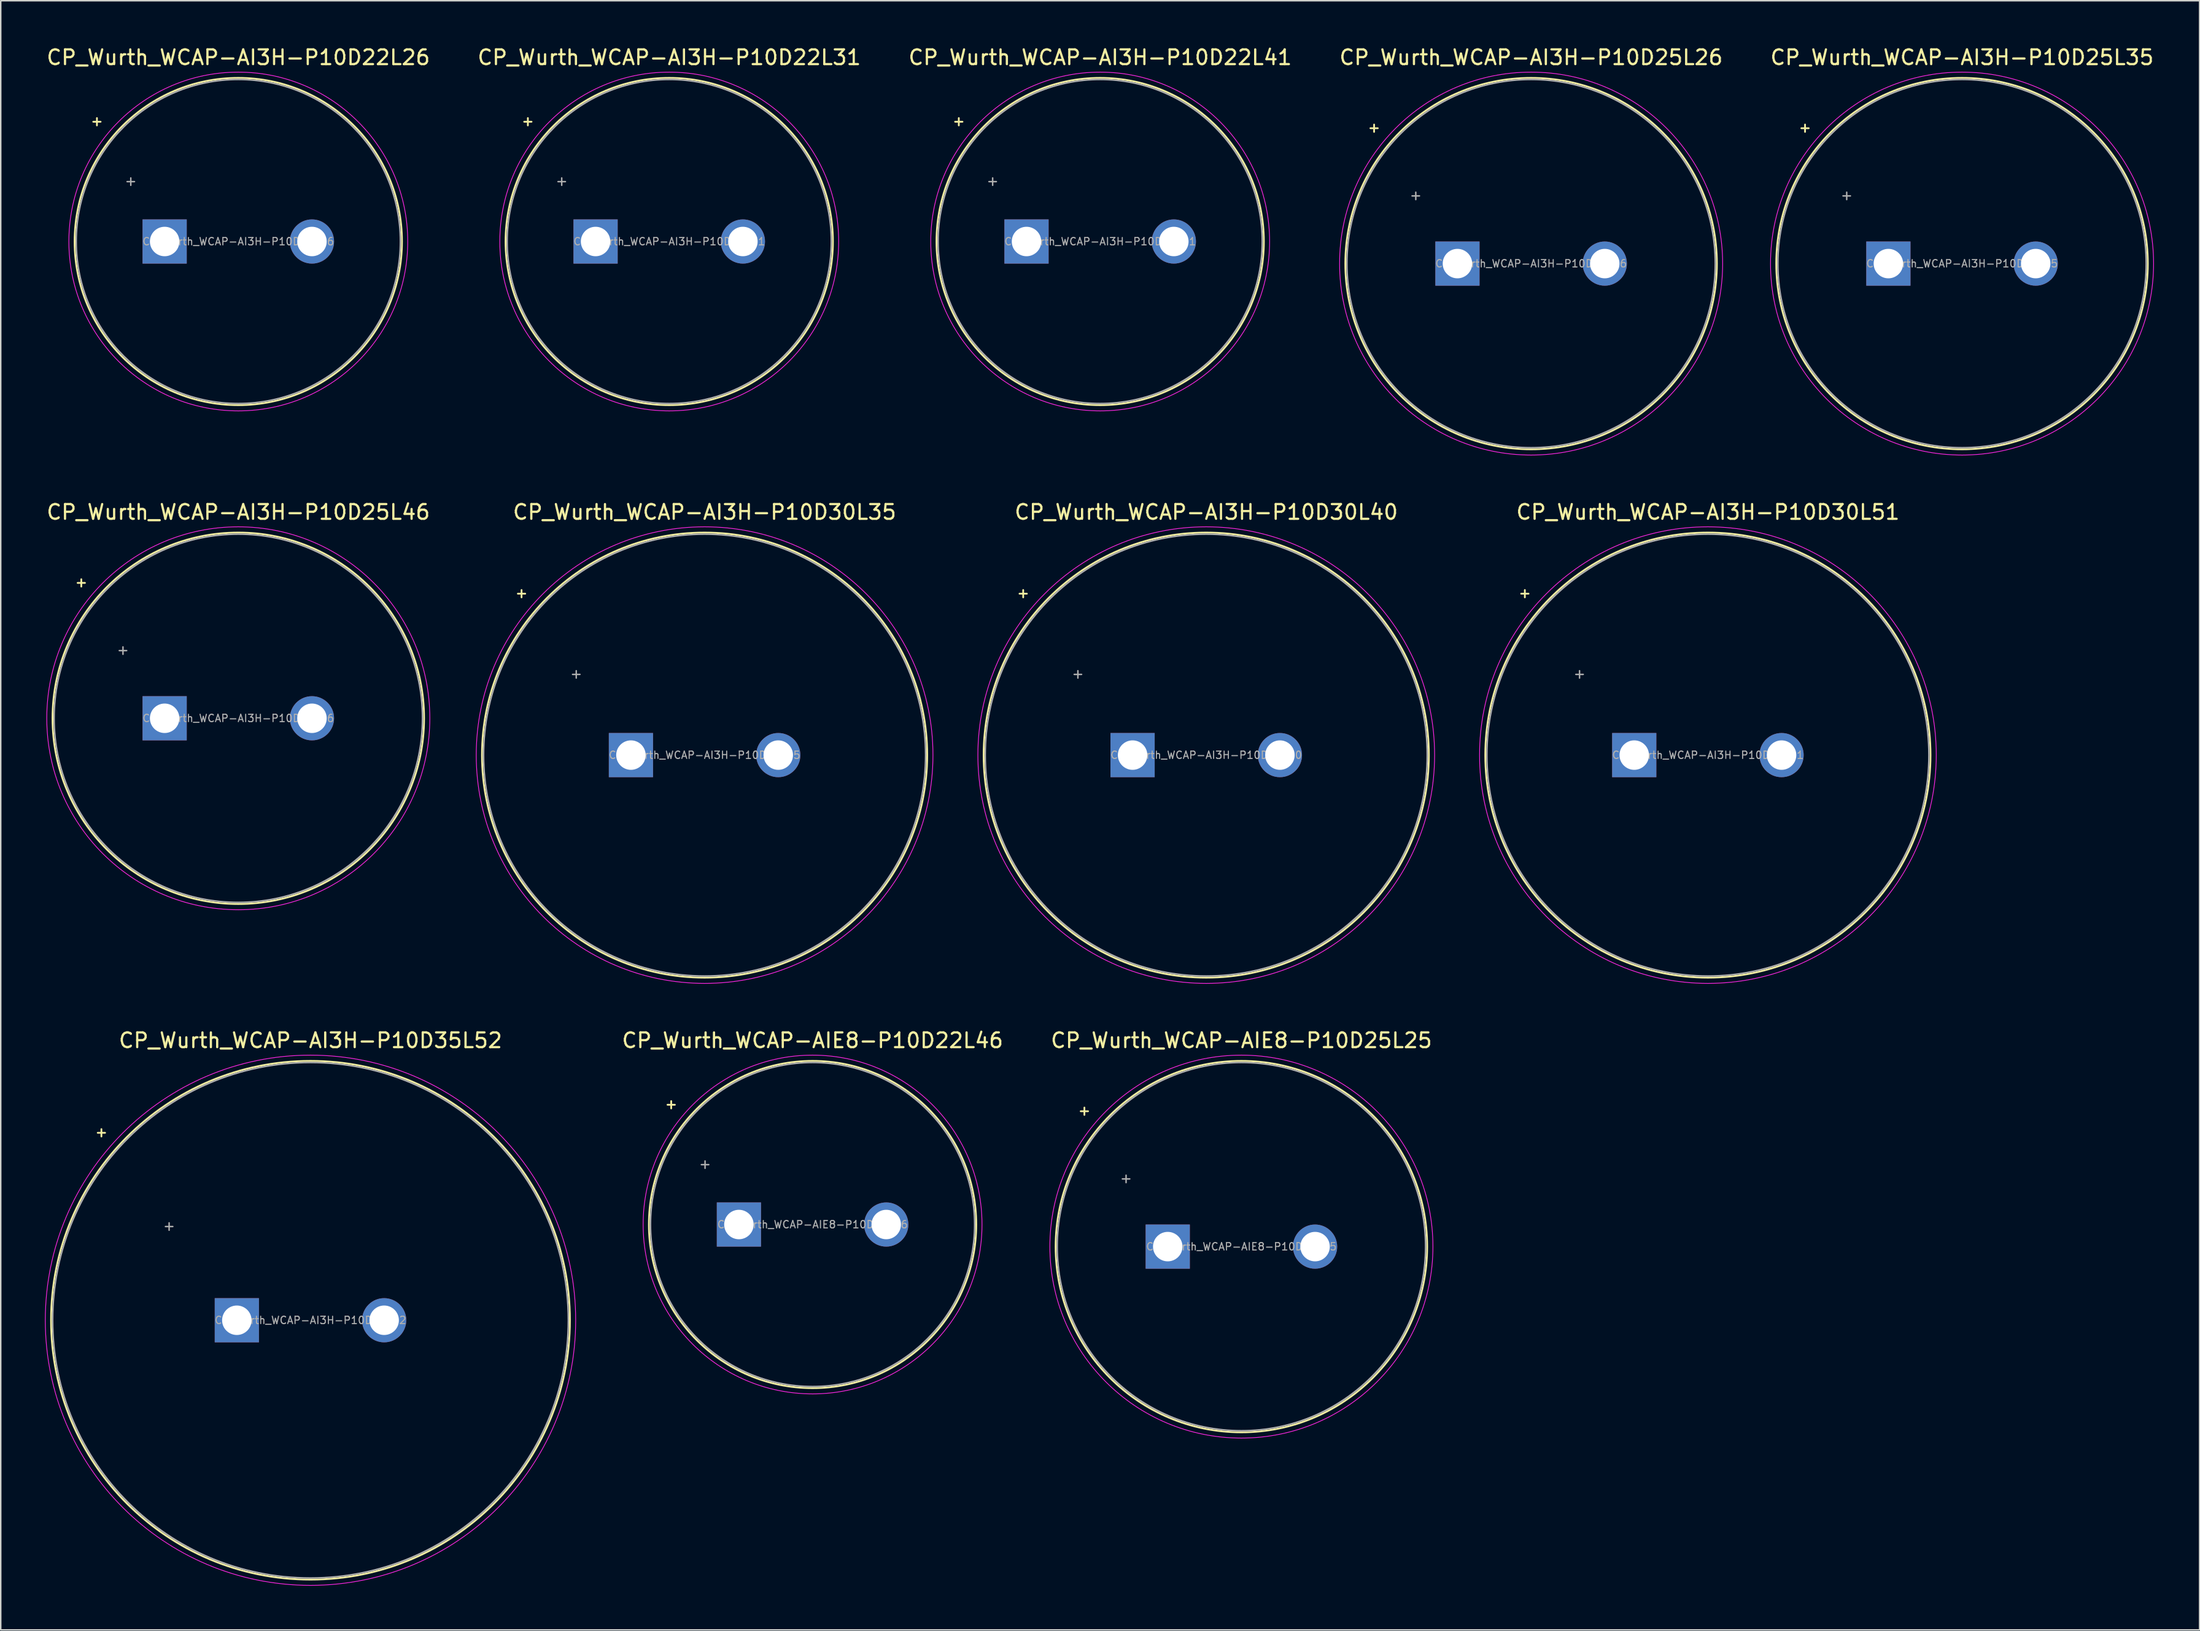
<source format=kicad_pcb>
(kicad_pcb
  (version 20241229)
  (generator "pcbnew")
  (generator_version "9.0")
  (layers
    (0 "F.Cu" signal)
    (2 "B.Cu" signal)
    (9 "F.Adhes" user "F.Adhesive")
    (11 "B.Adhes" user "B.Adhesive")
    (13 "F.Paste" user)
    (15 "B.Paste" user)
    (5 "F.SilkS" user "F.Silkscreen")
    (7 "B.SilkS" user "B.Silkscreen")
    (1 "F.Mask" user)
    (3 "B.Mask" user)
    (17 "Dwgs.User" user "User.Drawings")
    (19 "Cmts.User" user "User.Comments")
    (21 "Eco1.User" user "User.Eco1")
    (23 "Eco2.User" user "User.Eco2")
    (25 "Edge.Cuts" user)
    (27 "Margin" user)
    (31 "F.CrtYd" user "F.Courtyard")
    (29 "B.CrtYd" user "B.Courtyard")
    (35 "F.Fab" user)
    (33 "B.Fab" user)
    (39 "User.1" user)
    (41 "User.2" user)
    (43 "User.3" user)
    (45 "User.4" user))
  (footprint "CP_Wurth_WCAP-AI3H-P10D25L26"
    (layer "F.Cu")
    (at 95.875 14.848)
    (property "Reference" "CP_Wurth_WCAP-AI3H-P10D25L26" (at 5 -14 0) (unlocked yes) (layer "F.SilkS") (effects (font (size 1 1) (thickness 0.15))))
    (attr through_hole)
    (fp_line (start -5.907 -9.192) (end -5.407 -9.192) (stroke (width 0.12) (type solid)) (layer "F.SilkS"))
    (fp_line (start -5.657 -8.942) (end -5.657 -9.442) (stroke (width 0.12) (type solid)) (layer "F.SilkS"))
    (fp_circle (center 5 0) (end 17.61 0) (stroke (width 0.12) (type solid)) (fill no) (layer "F.SilkS"))
    (fp_circle (center 5 0) (end 18 0) (stroke (width 0.05) (type solid)) (fill no) (layer "F.CrtYd"))
    (fp_line (start -3.078 -4.596) (end -2.578 -4.596) (stroke (width 0.1) (type default)) (layer "F.Fab"))
    (fp_line (start -2.828 -4.346) (end -2.828 -4.846) (stroke (width 0.1) (type default)) (layer "F.Fab"))
    (fp_circle (center 5 0) (end 17.5 0) (stroke (width 0.1) (type solid)) (fill no) (layer "F.Fab"))
    (fp_text user "${REFERENCE}" (at 5 0 0) (unlocked yes) (layer "F.Fab") (effects (font (size 0.5 0.5) (thickness 0.075))))
    (pad "1" thru_hole rect (at 0 0) (size 3 3) (drill 2) (layers "*.Cu" "*.Mask"))
    (pad "2" thru_hole circle (at 10 0) (size 3 3) (drill 2) (layers "*.Cu" "*.Mask")))
  (footprint "CP_Wurth_WCAP-AI3H-P10D25L35"
    (layer "F.Cu")
    (at 125.125 14.848)
    (property "Reference" "CP_Wurth_WCAP-AI3H-P10D25L35" (at 5 -14 0) (unlocked yes) (layer "F.SilkS") (effects (font (size 1 1) (thickness 0.15))))
    (attr through_hole)
    (fp_line (start -5.907 -9.192) (end -5.407 -9.192) (stroke (width 0.12) (type solid)) (layer "F.SilkS"))
    (fp_line (start -5.657 -8.942) (end -5.657 -9.442) (stroke (width 0.12) (type solid)) (layer "F.SilkS"))
    (fp_circle (center 5 0) (end 17.61 0) (stroke (width 0.12) (type solid)) (fill no) (layer "F.SilkS"))
    (fp_circle (center 5 0) (end 18 0) (stroke (width 0.05) (type solid)) (fill no) (layer "F.CrtYd"))
    (fp_line (start -3.078 -4.596) (end -2.578 -4.596) (stroke (width 0.1) (type default)) (layer "F.Fab"))
    (fp_line (start -2.828 -4.346) (end -2.828 -4.846) (stroke (width 0.1) (type default)) (layer "F.Fab"))
    (fp_circle (center 5 0) (end 17.5 0) (stroke (width 0.1) (type solid)) (fill no) (layer "F.Fab"))
    (fp_text user "${REFERENCE}" (at 5 0 0) (unlocked yes) (layer "F.Fab") (effects (font (size 0.5 0.5) (thickness 0.075))))
    (pad "1" thru_hole rect (at 0 0) (size 3 3) (drill 2) (layers "*.Cu" "*.Mask"))
    (pad "2" thru_hole circle (at 10 0) (size 3 3) (drill 2) (layers "*.Cu" "*.Mask")))
  (footprint "CP_Wurth_WCAP-AIE8-P10D22L46"
    (layer "F.Cu")
    (at 47.104 80.095)
    (property "Reference" "CP_Wurth_WCAP-AIE8-P10D22L46" (at 5 -12.5 0) (unlocked yes) (layer "F.SilkS") (effects (font (size 1 1) (thickness 0.15))))
    (attr through_hole)
    (fp_line (start -4.846 -8.132) (end -4.346 -8.132) (stroke (width 0.12) (type solid)) (layer "F.SilkS"))
    (fp_line (start -4.596 -7.882) (end -4.596 -8.382) (stroke (width 0.12) (type solid)) (layer "F.SilkS"))
    (fp_circle (center 5 0) (end 16.11 0) (stroke (width 0.12) (type solid)) (fill no) (layer "F.SilkS"))
    (fp_circle (center 5 0) (end 16.5 0) (stroke (width 0.05) (type solid)) (fill no) (layer "F.CrtYd"))
    (fp_line (start -2.548 -4.066) (end -2.048 -4.066) (stroke (width 0.1) (type default)) (layer "F.Fab"))
    (fp_line (start -2.298 -3.816) (end -2.298 -4.316) (stroke (width 0.1) (type default)) (layer "F.Fab"))
    (fp_circle (center 5 0) (end 16 0) (stroke (width 0.1) (type solid)) (fill no) (layer "F.Fab"))
    (fp_text user "${REFERENCE}" (at 5 0 0) (unlocked yes) (layer "F.Fab") (effects (font (size 0.5 0.5) (thickness 0.075))))
    (pad "1" thru_hole rect (at 0 0) (size 3 3) (drill 2) (layers "*.Cu" "*.Mask"))
    (pad "2" thru_hole circle (at 10 0) (size 3 3) (drill 2) (layers "*.Cu" "*.Mask")))
  (footprint "CP_Wurth_WCAP-AI3H-P10D22L41"
    (layer "F.Cu")
    (at 66.625 13.348)
    (property "Reference" "CP_Wurth_WCAP-AI3H-P10D22L41" (at 5 -12.5 0) (unlocked yes) (layer "F.SilkS") (effects (font (size 1 1) (thickness 0.15))))
    (attr through_hole)
    (fp_line (start -4.846 -8.132) (end -4.346 -8.132) (stroke (width 0.12) (type solid)) (layer "F.SilkS"))
    (fp_line (start -4.596 -7.882) (end -4.596 -8.382) (stroke (width 0.12) (type solid)) (layer "F.SilkS"))
    (fp_circle (center 5 0) (end 16.11 0) (stroke (width 0.12) (type solid)) (fill no) (layer "F.SilkS"))
    (fp_circle (center 5 0) (end 16.5 0) (stroke (width 0.05) (type solid)) (fill no) (layer "F.CrtYd"))
    (fp_line (start -2.548 -4.066) (end -2.048 -4.066) (stroke (width 0.1) (type default)) (layer "F.Fab"))
    (fp_line (start -2.298 -3.816) (end -2.298 -4.316) (stroke (width 0.1) (type default)) (layer "F.Fab"))
    (fp_circle (center 5 0) (end 16 0) (stroke (width 0.1) (type solid)) (fill no) (layer "F.Fab"))
    (fp_text user "${REFERENCE}" (at 5 0 0) (unlocked yes) (layer "F.Fab") (effects (font (size 0.5 0.5) (thickness 0.075))))
    (pad "1" thru_hole rect (at 0 0) (size 3 3) (drill 2) (layers "*.Cu" "*.Mask"))
    (pad "2" thru_hole circle (at 10 0) (size 3 3) (drill 2) (layers "*.Cu" "*.Mask")))
  (footprint "CP_Wurth_WCAP-AI3H-P10D30L51"
    (layer "F.Cu")
    (at 107.875 48.221)
    (property "Reference" "CP_Wurth_WCAP-AI3H-P10D30L51" (at 5 -16.5 0) (unlocked yes) (layer "F.SilkS") (effects (font (size 1 1) (thickness 0.15))))
    (attr through_hole)
    (fp_line (start -7.675 -10.96) (end -7.175 -10.96) (stroke (width 0.12) (type solid)) (layer "F.SilkS"))
    (fp_line (start -7.425 -10.71) (end -7.425 -11.21) (stroke (width 0.12) (type solid)) (layer "F.SilkS"))
    (fp_circle (center 5 0) (end 20.11 0) (stroke (width 0.12) (type solid)) (fill no) (layer "F.SilkS"))
    (fp_circle (center 5 0) (end 20.5 0) (stroke (width 0.05) (type solid)) (fill no) (layer "F.CrtYd"))
    (fp_line (start -3.962 -5.48) (end -3.462 -5.48) (stroke (width 0.1) (type default)) (layer "F.Fab"))
    (fp_line (start -3.712 -5.23) (end -3.712 -5.73) (stroke (width 0.1) (type default)) (layer "F.Fab"))
    (fp_circle (center 5 0) (end 20 0) (stroke (width 0.1) (type solid)) (fill no) (layer "F.Fab"))
    (fp_text user "${REFERENCE}" (at 5 0 0) (unlocked yes) (layer "F.Fab") (effects (font (size 0.5 0.5) (thickness 0.075))))
    (pad "1" thru_hole rect (at 0 0) (size 3 3) (drill 2) (layers "*.Cu" "*.Mask"))
    (pad "2" thru_hole circle (at 10 0) (size 3 3) (drill 2) (layers "*.Cu" "*.Mask")))
  (footprint "CP_Wurth_WCAP-AI3H-P10D30L35"
    (layer "F.Cu")
    (at 39.775 48.221)
    (property "Reference" "CP_Wurth_WCAP-AI3H-P10D30L35" (at 5 -16.5 0) (unlocked yes) (layer "F.SilkS") (effects (font (size 1 1) (thickness 0.15))))
    (attr through_hole)
    (fp_line (start -7.675 -10.96) (end -7.175 -10.96) (stroke (width 0.12) (type solid)) (layer "F.SilkS"))
    (fp_line (start -7.425 -10.71) (end -7.425 -11.21) (stroke (width 0.12) (type solid)) (layer "F.SilkS"))
    (fp_circle (center 5 0) (end 20.11 0) (stroke (width 0.12) (type solid)) (fill no) (layer "F.SilkS"))
    (fp_circle (center 5 0) (end 20.5 0) (stroke (width 0.05) (type solid)) (fill no) (layer "F.CrtYd"))
    (fp_line (start -3.962 -5.48) (end -3.462 -5.48) (stroke (width 0.1) (type default)) (layer "F.Fab"))
    (fp_line (start -3.712 -5.23) (end -3.712 -5.73) (stroke (width 0.1) (type default)) (layer "F.Fab"))
    (fp_circle (center 5 0) (end 20 0) (stroke (width 0.1) (type solid)) (fill no) (layer "F.Fab"))
    (fp_text user "${REFERENCE}" (at 5 0 0) (unlocked yes) (layer "F.Fab") (effects (font (size 0.5 0.5) (thickness 0.075))))
    (pad "1" thru_hole rect (at 0 0) (size 3 3) (drill 2) (layers "*.Cu" "*.Mask"))
    (pad "2" thru_hole circle (at 10 0) (size 3 3) (drill 2) (layers "*.Cu" "*.Mask")))
  (footprint "CP_Wurth_WCAP-AI3H-P10D35L52"
    (layer "F.Cu")
    (at 13.025 86.595)
    (property "Reference" "CP_Wurth_WCAP-AI3H-P10D35L52" (at 5 -19 0) (unlocked yes) (layer "F.SilkS") (effects (font (size 1 1) (thickness 0.15))))
    (attr through_hole)
    (fp_line (start -9.442 -12.728) (end -8.942 -12.728) (stroke (width 0.12) (type solid)) (layer "F.SilkS"))
    (fp_line (start -9.192 -12.478) (end -9.192 -12.978) (stroke (width 0.12) (type solid)) (layer "F.SilkS"))
    (fp_circle (center 5 0) (end 22.61 0) (stroke (width 0.12) (type solid)) (fill no) (layer "F.SilkS"))
    (fp_circle (center 5 0) (end 23 0) (stroke (width 0.05) (type solid)) (fill no) (layer "F.CrtYd"))
    (fp_line (start -4.846 -6.364) (end -4.346 -6.364) (stroke (width 0.1) (type default)) (layer "F.Fab"))
    (fp_line (start -4.596 -6.114) (end -4.596 -6.614) (stroke (width 0.1) (type default)) (layer "F.Fab"))
    (fp_circle (center 5 0) (end 22.5 0) (stroke (width 0.1) (type solid)) (fill no) (layer "F.Fab"))
    (fp_text user "${REFERENCE}" (at 5 0 0) (unlocked yes) (layer "F.Fab") (effects (font (size 0.5 0.5) (thickness 0.075))))
    (pad "1" thru_hole rect (at 0 0) (size 3 3) (drill 2) (layers "*.Cu" "*.Mask"))
    (pad "2" thru_hole circle (at 10 0) (size 3 3) (drill 2) (layers "*.Cu" "*.Mask")))
  (footprint "CP_Wurth_WCAP-AI3H-P10D22L31"
    (layer "F.Cu")
    (at 37.375 13.348)
    (property "Reference" "CP_Wurth_WCAP-AI3H-P10D22L31" (at 5 -12.5 0) (unlocked yes) (layer "F.SilkS") (effects (font (size 1 1) (thickness 0.15))))
    (attr through_hole)
    (fp_line (start -4.846 -8.132) (end -4.346 -8.132) (stroke (width 0.12) (type solid)) (layer "F.SilkS"))
    (fp_line (start -4.596 -7.882) (end -4.596 -8.382) (stroke (width 0.12) (type solid)) (layer "F.SilkS"))
    (fp_circle (center 5 0) (end 16.11 0) (stroke (width 0.12) (type solid)) (fill no) (layer "F.SilkS"))
    (fp_circle (center 5 0) (end 16.5 0) (stroke (width 0.05) (type solid)) (fill no) (layer "F.CrtYd"))
    (fp_line (start -2.548 -4.066) (end -2.048 -4.066) (stroke (width 0.1) (type default)) (layer "F.Fab"))
    (fp_line (start -2.298 -3.816) (end -2.298 -4.316) (stroke (width 0.1) (type default)) (layer "F.Fab"))
    (fp_circle (center 5 0) (end 16 0) (stroke (width 0.1) (type solid)) (fill no) (layer "F.Fab"))
    (fp_text user "${REFERENCE}" (at 5 0 0) (unlocked yes) (layer "F.Fab") (effects (font (size 0.5 0.5) (thickness 0.075))))
    (pad "1" thru_hole rect (at 0 0) (size 3 3) (drill 2) (layers "*.Cu" "*.Mask"))
    (pad "2" thru_hole circle (at 10 0) (size 3 3) (drill 2) (layers "*.Cu" "*.Mask")))
  (footprint "CP_Wurth_WCAP-AI3H-P10D22L26"
    (layer "F.Cu")
    (at 8.125 13.348)
    (property "Reference" "CP_Wurth_WCAP-AI3H-P10D22L26" (at 5 -12.5 0) (unlocked yes) (layer "F.SilkS") (effects (font (size 1 1) (thickness 0.15))))
    (attr through_hole)
    (fp_line (start -4.846 -8.132) (end -4.346 -8.132) (stroke (width 0.12) (type solid)) (layer "F.SilkS"))
    (fp_line (start -4.596 -7.882) (end -4.596 -8.382) (stroke (width 0.12) (type solid)) (layer "F.SilkS"))
    (fp_circle (center 5 0) (end 16.11 0) (stroke (width 0.12) (type solid)) (fill no) (layer "F.SilkS"))
    (fp_circle (center 5 0) (end 16.5 0) (stroke (width 0.05) (type solid)) (fill no) (layer "F.CrtYd"))
    (fp_line (start -2.548 -4.066) (end -2.048 -4.066) (stroke (width 0.1) (type default)) (layer "F.Fab"))
    (fp_line (start -2.298 -3.816) (end -2.298 -4.316) (stroke (width 0.1) (type default)) (layer "F.Fab"))
    (fp_circle (center 5 0) (end 16 0) (stroke (width 0.1) (type solid)) (fill no) (layer "F.Fab"))
    (fp_text user "${REFERENCE}" (at 5 0 0) (unlocked yes) (layer "F.Fab") (effects (font (size 0.5 0.5) (thickness 0.075))))
    (pad "1" thru_hole rect (at 0 0) (size 3 3) (drill 2) (layers "*.Cu" "*.Mask"))
    (pad "2" thru_hole circle (at 10 0) (size 3 3) (drill 2) (layers "*.Cu" "*.Mask")))
  (footprint "CP_Wurth_WCAP-AI3H-P10D25L46"
    (layer "F.Cu")
    (at 8.125 45.721)
    (property "Reference" "CP_Wurth_WCAP-AI3H-P10D25L46" (at 5 -14 0) (unlocked yes) (layer "F.SilkS") (effects (font (size 1 1) (thickness 0.15))))
    (attr through_hole)
    (fp_line (start -5.907 -9.192) (end -5.407 -9.192) (stroke (width 0.12) (type solid)) (layer "F.SilkS"))
    (fp_line (start -5.657 -8.942) (end -5.657 -9.442) (stroke (width 0.12) (type solid)) (layer "F.SilkS"))
    (fp_circle (center 5 0) (end 17.61 0) (stroke (width 0.12) (type solid)) (fill no) (layer "F.SilkS"))
    (fp_circle (center 5 0) (end 18 0) (stroke (width 0.05) (type solid)) (fill no) (layer "F.CrtYd"))
    (fp_line (start -3.078 -4.596) (end -2.578 -4.596) (stroke (width 0.1) (type default)) (layer "F.Fab"))
    (fp_line (start -2.828 -4.346) (end -2.828 -4.846) (stroke (width 0.1) (type default)) (layer "F.Fab"))
    (fp_circle (center 5 0) (end 17.5 0) (stroke (width 0.1) (type solid)) (fill no) (layer "F.Fab"))
    (fp_text user "${REFERENCE}" (at 5 0 0) (unlocked yes) (layer "F.Fab") (effects (font (size 0.5 0.5) (thickness 0.075))))
    (pad "1" thru_hole rect (at 0 0) (size 3 3) (drill 2) (layers "*.Cu" "*.Mask"))
    (pad "2" thru_hole circle (at 10 0) (size 3 3) (drill 2) (layers "*.Cu" "*.Mask")))
  (footprint "CP_Wurth_WCAP-AI3H-P10D30L40"
    (layer "F.Cu")
    (at 73.825 48.221)
    (property "Reference" "CP_Wurth_WCAP-AI3H-P10D30L40" (at 5 -16.5 0) (unlocked yes) (layer "F.SilkS") (effects (font (size 1 1) (thickness 0.15))))
    (attr through_hole)
    (fp_line (start -7.675 -10.96) (end -7.175 -10.96) (stroke (width 0.12) (type solid)) (layer "F.SilkS"))
    (fp_line (start -7.425 -10.71) (end -7.425 -11.21) (stroke (width 0.12) (type solid)) (layer "F.SilkS"))
    (fp_circle (center 5 0) (end 20.11 0) (stroke (width 0.12) (type solid)) (fill no) (layer "F.SilkS"))
    (fp_circle (center 5 0) (end 20.5 0) (stroke (width 0.05) (type solid)) (fill no) (layer "F.CrtYd"))
    (fp_line (start -3.962 -5.48) (end -3.462 -5.48) (stroke (width 0.1) (type default)) (layer "F.Fab"))
    (fp_line (start -3.712 -5.23) (end -3.712 -5.73) (stroke (width 0.1) (type default)) (layer "F.Fab"))
    (fp_circle (center 5 0) (end 20 0) (stroke (width 0.1) (type solid)) (fill no) (layer "F.Fab"))
    (fp_text user "${REFERENCE}" (at 5 0 0) (unlocked yes) (layer "F.Fab") (effects (font (size 0.5 0.5) (thickness 0.075))))
    (pad "1" thru_hole rect (at 0 0) (size 3 3) (drill 2) (layers "*.Cu" "*.Mask"))
    (pad "2" thru_hole circle (at 10 0) (size 3 3) (drill 2) (layers "*.Cu" "*.Mask")))
  (footprint "CP_Wurth_WCAP-AIE8-P10D25L25"
    (layer "F.Cu")
    (at 76.211 81.595)
    (property "Reference" "CP_Wurth_WCAP-AIE8-P10D25L25" (at 5 -14 0) (unlocked yes) (layer "F.SilkS") (effects (font (size 1 1) (thickness 0.15))))
    (attr through_hole)
    (fp_line (start -5.907 -9.192) (end -5.407 -9.192) (stroke (width 0.12) (type solid)) (layer "F.SilkS"))
    (fp_line (start -5.657 -8.942) (end -5.657 -9.442) (stroke (width 0.12) (type solid)) (layer "F.SilkS"))
    (fp_circle (center 5 0) (end 17.61 0) (stroke (width 0.12) (type solid)) (fill no) (layer "F.SilkS"))
    (fp_circle (center 5 0) (end 18 0) (stroke (width 0.05) (type solid)) (fill no) (layer "F.CrtYd"))
    (fp_line (start -3.078 -4.596) (end -2.578 -4.596) (stroke (width 0.1) (type default)) (layer "F.Fab"))
    (fp_line (start -2.828 -4.346) (end -2.828 -4.846) (stroke (width 0.1) (type default)) (layer "F.Fab"))
    (fp_circle (center 5 0) (end 17.5 0) (stroke (width 0.1) (type solid)) (fill no) (layer "F.Fab"))
    (fp_text user "${REFERENCE}" (at 5 0 0) (unlocked yes) (layer "F.Fab") (effects (font (size 0.5 0.5) (thickness 0.075))))
    (pad "1" thru_hole rect (at 0 0) (size 3 3) (drill 2) (layers "*.Cu" "*.Mask"))
    (pad "2" thru_hole circle (at 10 0) (size 3 3) (drill 2) (layers "*.Cu" "*.Mask")))
  (gr_rect
    (start -3 -3)
    (end 146.25 107.62)
    (stroke (width 0.1) (type default))
    (fill no)
    (layer "Edge.Cuts")))
</source>
